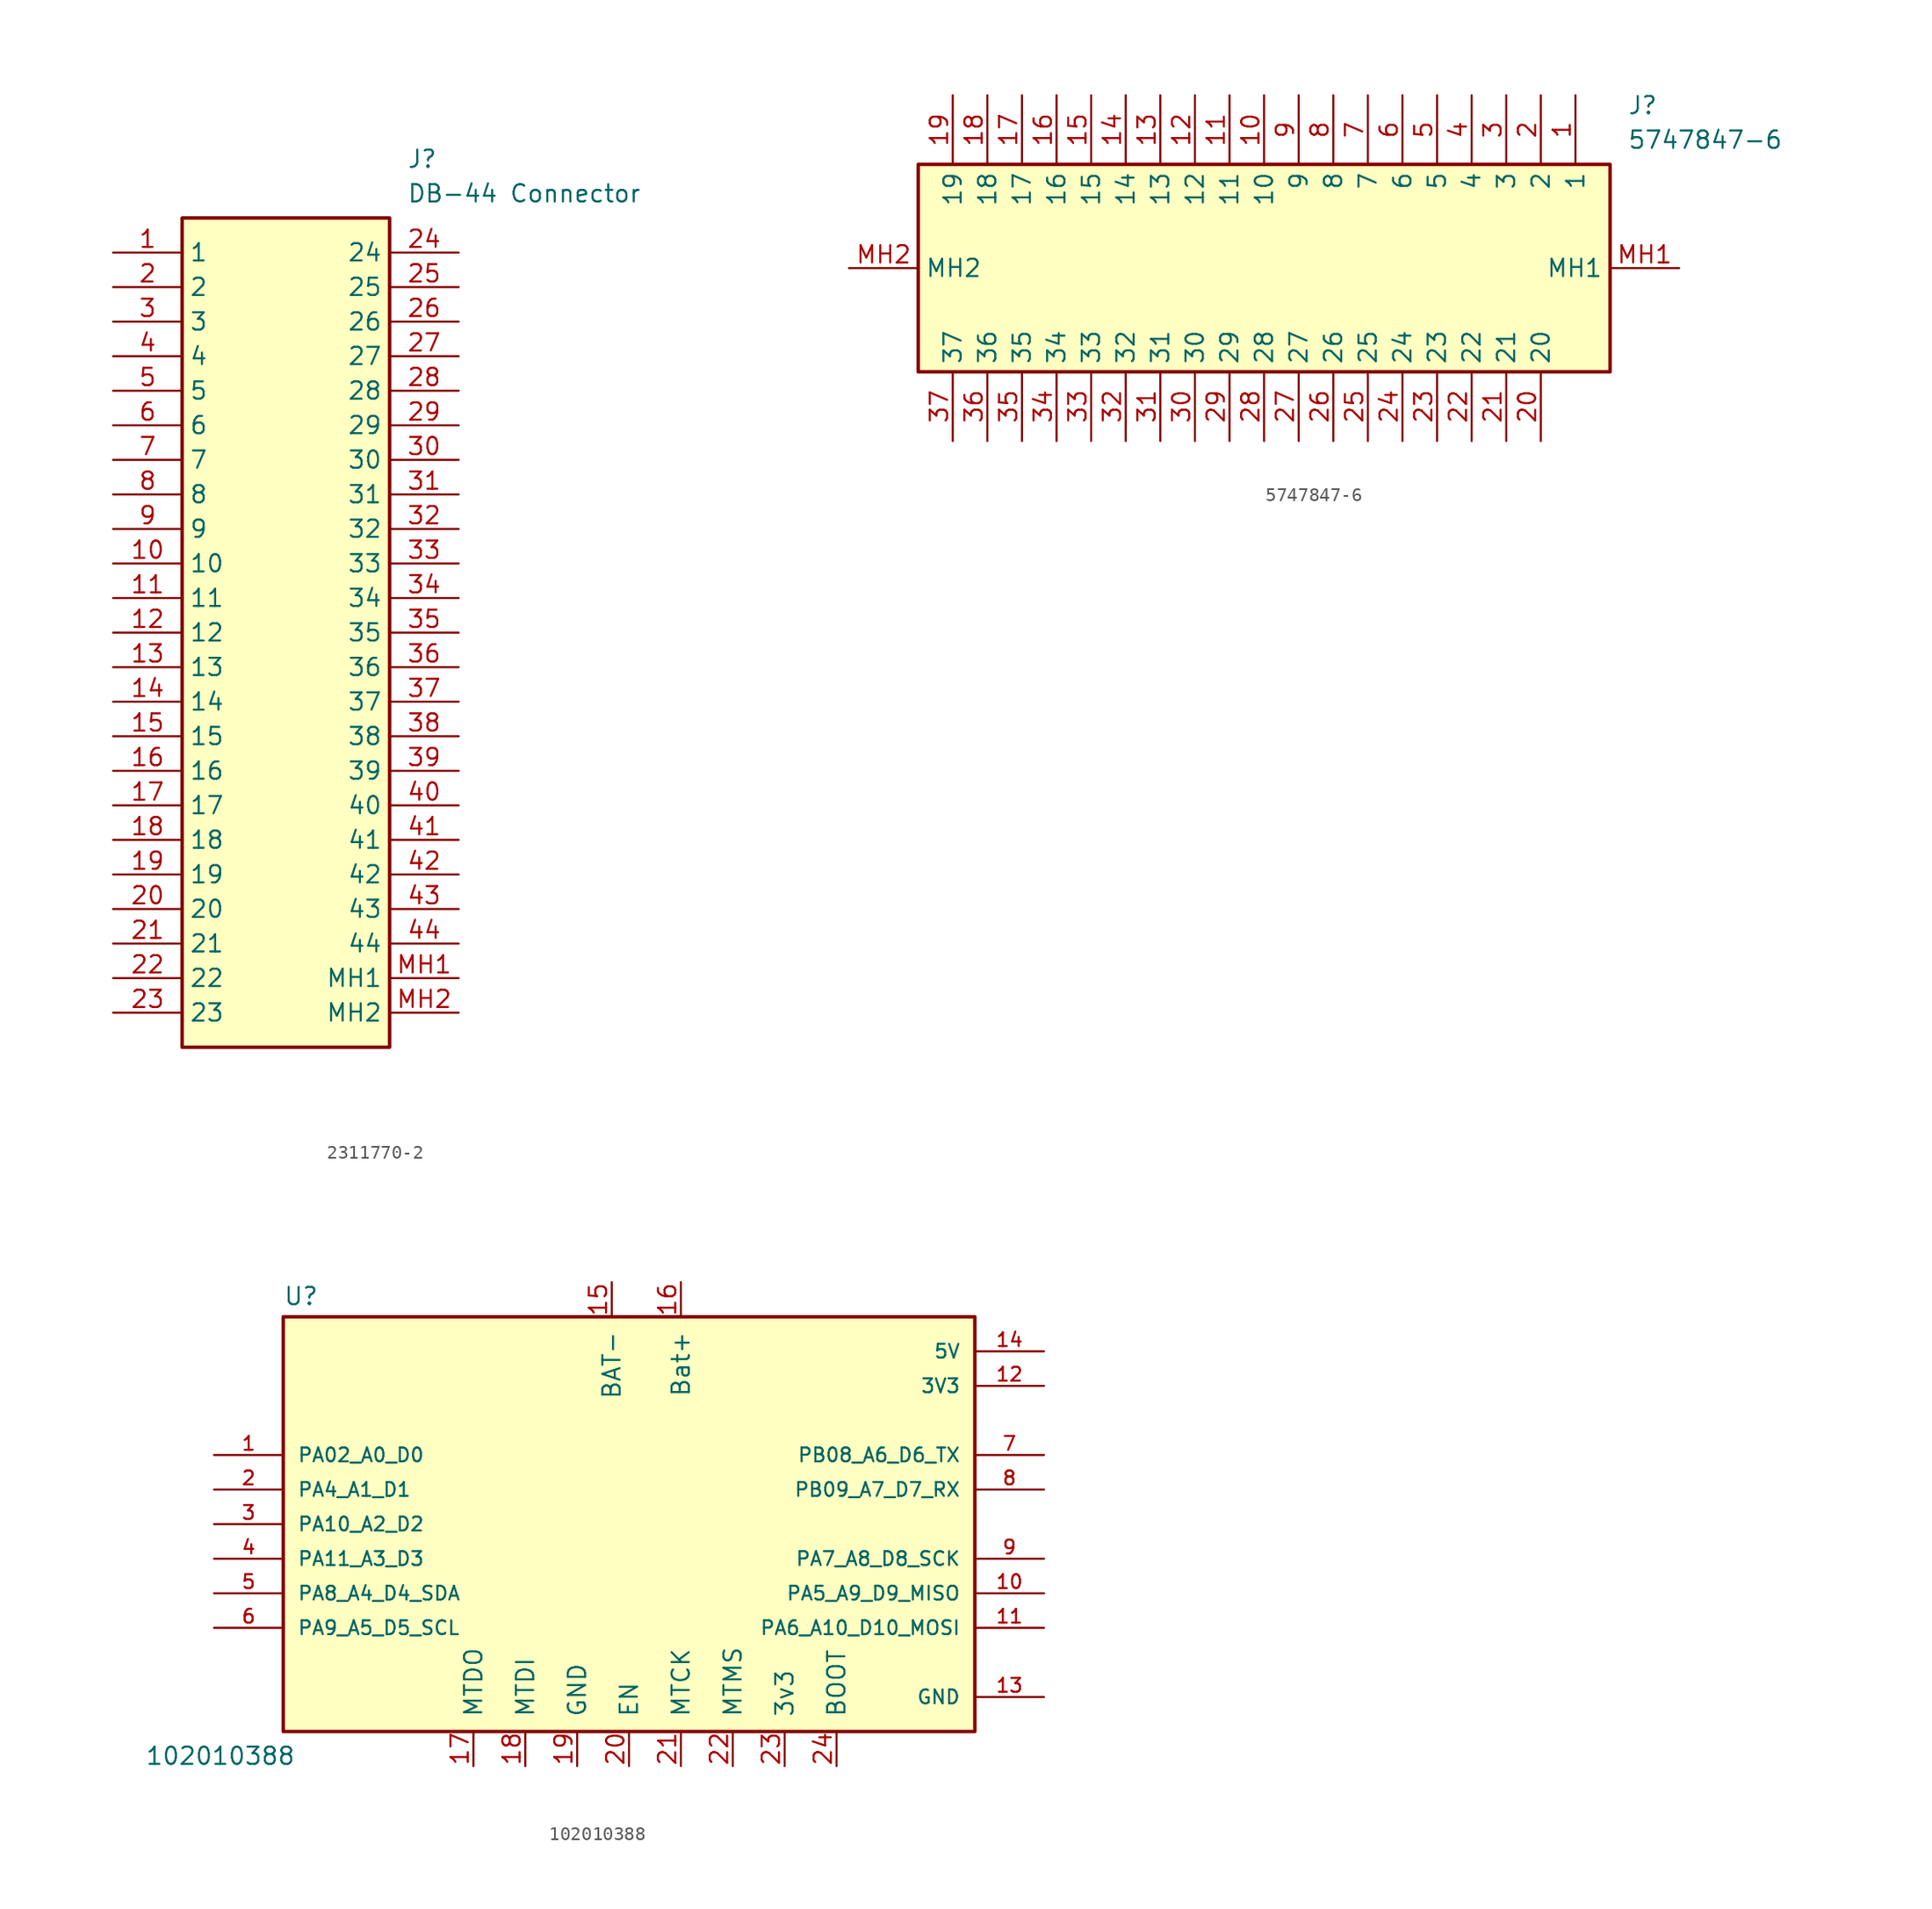
<source format=kicad_sym>
(kicad_symbol_lib
  (version 20231120)
  (generator "kicad_symbol_editor")
  (generator_version "8.0")
  (symbol "2311770-2"
    (property "Reference" "J"
      (at 21.59 7.62 0)
      (effects (font (size 1.27 1.27)) (justify left top)))
    (property "Value" "DB-44 Connector"
      (at 21.59 5.08 0)
      (effects (font (size 1.27 1.27)) (justify left top)))
    (symbol "2311770-2_1_1"
      (rectangle (start 5.08 2.54) (end 20.32 -58.42) (stroke (width 0.254) (type default)) (fill (type background)))
      (pin passive line (at 0 0 0) (length 5.08) (name "1" (effects (font (size 1.27 1.27)))) (number "1" (effects (font (size 1.27 1.27)))))
      (pin passive line (at 0 -22.86 0) (length 5.08) (name "10" (effects (font (size 1.27 1.27)))) (number "10" (effects (font (size 1.27 1.27)))))
      (pin passive line (at 0 -25.4 0) (length 5.08) (name "11" (effects (font (size 1.27 1.27)))) (number "11" (effects (font (size 1.27 1.27)))))
      (pin passive line (at 0 -27.94 0) (length 5.08) (name "12" (effects (font (size 1.27 1.27)))) (number "12" (effects (font (size 1.27 1.27)))))
      (pin passive line (at 0 -30.48 0) (length 5.08) (name "13" (effects (font (size 1.27 1.27)))) (number "13" (effects (font (size 1.27 1.27)))))
      (pin passive line (at 0 -33.02 0) (length 5.08) (name "14" (effects (font (size 1.27 1.27)))) (number "14" (effects (font (size 1.27 1.27)))))
      (pin passive line (at 0 -35.56 0) (length 5.08) (name "15" (effects (font (size 1.27 1.27)))) (number "15" (effects (font (size 1.27 1.27)))))
      (pin passive line (at 0 -38.1 0) (length 5.08) (name "16" (effects (font (size 1.27 1.27)))) (number "16" (effects (font (size 1.27 1.27)))))
      (pin passive line (at 0 -40.64 0) (length 5.08) (name "17" (effects (font (size 1.27 1.27)))) (number "17" (effects (font (size 1.27 1.27)))))
      (pin passive line (at 0 -43.18 0) (length 5.08) (name "18" (effects (font (size 1.27 1.27)))) (number "18" (effects (font (size 1.27 1.27)))))
      (pin passive line (at 0 -45.72 0) (length 5.08) (name "19" (effects (font (size 1.27 1.27)))) (number "19" (effects (font (size 1.27 1.27)))))
      (pin passive line (at 0 -2.54 0) (length 5.08) (name "2" (effects (font (size 1.27 1.27)))) (number "2" (effects (font (size 1.27 1.27)))))
      (pin passive line (at 0 -48.26 0) (length 5.08) (name "20" (effects (font (size 1.27 1.27)))) (number "20" (effects (font (size 1.27 1.27)))))
      (pin passive line (at 0 -50.8 0) (length 5.08) (name "21" (effects (font (size 1.27 1.27)))) (number "21" (effects (font (size 1.27 1.27)))))
      (pin passive line (at 0 -53.34 0) (length 5.08) (name "22" (effects (font (size 1.27 1.27)))) (number "22" (effects (font (size 1.27 1.27)))))
      (pin passive line (at 0 -55.88 0) (length 5.08) (name "23" (effects (font (size 1.27 1.27)))) (number "23" (effects (font (size 1.27 1.27)))))
      (pin passive line (at 25.4 0 180) (length 5.08) (name "24" (effects (font (size 1.27 1.27)))) (number "24" (effects (font (size 1.27 1.27)))))
      (pin passive line (at 25.4 -2.54 180) (length 5.08) (name "25" (effects (font (size 1.27 1.27)))) (number "25" (effects (font (size 1.27 1.27)))))
      (pin passive line (at 25.4 -5.08 180) (length 5.08) (name "26" (effects (font (size 1.27 1.27)))) (number "26" (effects (font (size 1.27 1.27)))))
      (pin passive line (at 25.4 -7.62 180) (length 5.08) (name "27" (effects (font (size 1.27 1.27)))) (number "27" (effects (font (size 1.27 1.27)))))
      (pin passive line (at 25.4 -10.16 180) (length 5.08) (name "28" (effects (font (size 1.27 1.27)))) (number "28" (effects (font (size 1.27 1.27)))))
      (pin passive line (at 25.4 -12.7 180) (length 5.08) (name "29" (effects (font (size 1.27 1.27)))) (number "29" (effects (font (size 1.27 1.27)))))
      (pin passive line (at 0 -5.08 0) (length 5.08) (name "3" (effects (font (size 1.27 1.27)))) (number "3" (effects (font (size 1.27 1.27)))))
      (pin passive line (at 25.4 -15.24 180) (length 5.08) (name "30" (effects (font (size 1.27 1.27)))) (number "30" (effects (font (size 1.27 1.27)))))
      (pin passive line (at 25.4 -17.78 180) (length 5.08) (name "31" (effects (font (size 1.27 1.27)))) (number "31" (effects (font (size 1.27 1.27)))))
      (pin passive line (at 25.4 -20.32 180) (length 5.08) (name "32" (effects (font (size 1.27 1.27)))) (number "32" (effects (font (size 1.27 1.27)))))
      (pin passive line (at 25.4 -22.86 180) (length 5.08) (name "33" (effects (font (size 1.27 1.27)))) (number "33" (effects (font (size 1.27 1.27)))))
      (pin passive line (at 25.4 -25.4 180) (length 5.08) (name "34" (effects (font (size 1.27 1.27)))) (number "34" (effects (font (size 1.27 1.27)))))
      (pin passive line (at 25.4 -27.94 180) (length 5.08) (name "35" (effects (font (size 1.27 1.27)))) (number "35" (effects (font (size 1.27 1.27)))))
      (pin passive line (at 25.4 -30.48 180) (length 5.08) (name "36" (effects (font (size 1.27 1.27)))) (number "36" (effects (font (size 1.27 1.27)))))
      (pin passive line (at 25.4 -33.02 180) (length 5.08) (name "37" (effects (font (size 1.27 1.27)))) (number "37" (effects (font (size 1.27 1.27)))))
      (pin passive line (at 25.4 -35.56 180) (length 5.08) (name "38" (effects (font (size 1.27 1.27)))) (number "38" (effects (font (size 1.27 1.27)))))
      (pin passive line (at 25.4 -38.1 180) (length 5.08) (name "39" (effects (font (size 1.27 1.27)))) (number "39" (effects (font (size 1.27 1.27)))))
      (pin passive line (at 0 -7.62 0) (length 5.08) (name "4" (effects (font (size 1.27 1.27)))) (number "4" (effects (font (size 1.27 1.27)))))
      (pin passive line (at 25.4 -40.64 180) (length 5.08) (name "40" (effects (font (size 1.27 1.27)))) (number "40" (effects (font (size 1.27 1.27)))))
      (pin passive line (at 25.4 -43.18 180) (length 5.08) (name "41" (effects (font (size 1.27 1.27)))) (number "41" (effects (font (size 1.27 1.27)))))
      (pin passive line (at 25.4 -45.72 180) (length 5.08) (name "42" (effects (font (size 1.27 1.27)))) (number "42" (effects (font (size 1.27 1.27)))))
      (pin passive line (at 25.4 -48.26 180) (length 5.08) (name "43" (effects (font (size 1.27 1.27)))) (number "43" (effects (font (size 1.27 1.27)))))
      (pin passive line (at 25.4 -50.8 180) (length 5.08) (name "44" (effects (font (size 1.27 1.27)))) (number "44" (effects (font (size 1.27 1.27)))))
      (pin passive line (at 0 -10.16 0) (length 5.08) (name "5" (effects (font (size 1.27 1.27)))) (number "5" (effects (font (size 1.27 1.27)))))
      (pin passive line (at 0 -12.7 0) (length 5.08) (name "6" (effects (font (size 1.27 1.27)))) (number "6" (effects (font (size 1.27 1.27)))))
      (pin passive line (at 0 -15.24 0) (length 5.08) (name "7" (effects (font (size 1.27 1.27)))) (number "7" (effects (font (size 1.27 1.27)))))
      (pin passive line (at 0 -17.78 0) (length 5.08) (name "8" (effects (font (size 1.27 1.27)))) (number "8" (effects (font (size 1.27 1.27)))))
      (pin passive line (at 0 -20.32 0) (length 5.08) (name "9" (effects (font (size 1.27 1.27)))) (number "9" (effects (font (size 1.27 1.27)))))
      (pin passive line (at 25.4 -53.34 180) (length 5.08) (name "MH1" (effects (font (size 1.27 1.27)))) (number "MH1" (effects (font (size 1.27 1.27)))))
      (pin passive line (at 25.4 -55.88 180) (length 5.08) (name "MH2" (effects (font (size 1.27 1.27)))) (number "MH2" (effects (font (size 1.27 1.27)))))))
  (symbol "5747847-6"
    (property "Reference" "J"
      (at 57.15 12.7 0)
      (effects (font (size 1.27 1.27)) (justify left top)))
    (property "Value" "5747847-6"
      (at 57.15 10.16 0)
      (effects (font (size 1.27 1.27)) (justify left top)))
    (symbol "5747847-6_1_1"
      (rectangle (start 5.08 7.62) (end 55.88 -7.62) (stroke (width 0.254) (type default)) (fill (type background)))
      (pin passive line (at 53.34 12.7 270) (length 5.08) (name "1" (effects (font (size 1.27 1.27)))) (number "1" (effects (font (size 1.27 1.27)))))
      (pin passive line (at 30.48 12.7 270) (length 5.08) (name "10" (effects (font (size 1.27 1.27)))) (number "10" (effects (font (size 1.27 1.27)))))
      (pin passive line (at 27.94 12.7 270) (length 5.08) (name "11" (effects (font (size 1.27 1.27)))) (number "11" (effects (font (size 1.27 1.27)))))
      (pin passive line (at 25.4 12.7 270) (length 5.08) (name "12" (effects (font (size 1.27 1.27)))) (number "12" (effects (font (size 1.27 1.27)))))
      (pin passive line (at 22.86 12.7 270) (length 5.08) (name "13" (effects (font (size 1.27 1.27)))) (number "13" (effects (font (size 1.27 1.27)))))
      (pin passive line (at 20.32 12.7 270) (length 5.08) (name "14" (effects (font (size 1.27 1.27)))) (number "14" (effects (font (size 1.27 1.27)))))
      (pin passive line (at 17.78 12.7 270) (length 5.08) (name "15" (effects (font (size 1.27 1.27)))) (number "15" (effects (font (size 1.27 1.27)))))
      (pin passive line (at 15.24 12.7 270) (length 5.08) (name "16" (effects (font (size 1.27 1.27)))) (number "16" (effects (font (size 1.27 1.27)))))
      (pin passive line (at 12.7 12.7 270) (length 5.08) (name "17" (effects (font (size 1.27 1.27)))) (number "17" (effects (font (size 1.27 1.27)))))
      (pin passive line (at 10.16 12.7 270) (length 5.08) (name "18" (effects (font (size 1.27 1.27)))) (number "18" (effects (font (size 1.27 1.27)))))
      (pin passive line (at 7.62 12.7 270) (length 5.08) (name "19" (effects (font (size 1.27 1.27)))) (number "19" (effects (font (size 1.27 1.27)))))
      (pin passive line (at 50.8 12.7 270) (length 5.08) (name "2" (effects (font (size 1.27 1.27)))) (number "2" (effects (font (size 1.27 1.27)))))
      (pin passive line (at 50.8 -12.7 90) (length 5.08) (name "20" (effects (font (size 1.27 1.27)))) (number "20" (effects (font (size 1.27 1.27)))))
      (pin passive line (at 48.26 -12.7 90) (length 5.08) (name "21" (effects (font (size 1.27 1.27)))) (number "21" (effects (font (size 1.27 1.27)))))
      (pin passive line (at 45.72 -12.7 90) (length 5.08) (name "22" (effects (font (size 1.27 1.27)))) (number "22" (effects (font (size 1.27 1.27)))))
      (pin passive line (at 43.18 -12.7 90) (length 5.08) (name "23" (effects (font (size 1.27 1.27)))) (number "23" (effects (font (size 1.27 1.27)))))
      (pin passive line (at 40.64 -12.7 90) (length 5.08) (name "24" (effects (font (size 1.27 1.27)))) (number "24" (effects (font (size 1.27 1.27)))))
      (pin passive line (at 38.1 -12.7 90) (length 5.08) (name "25" (effects (font (size 1.27 1.27)))) (number "25" (effects (font (size 1.27 1.27)))))
      (pin passive line (at 35.56 -12.7 90) (length 5.08) (name "26" (effects (font (size 1.27 1.27)))) (number "26" (effects (font (size 1.27 1.27)))))
      (pin passive line (at 33.02 -12.7 90) (length 5.08) (name "27" (effects (font (size 1.27 1.27)))) (number "27" (effects (font (size 1.27 1.27)))))
      (pin passive line (at 30.48 -12.7 90) (length 5.08) (name "28" (effects (font (size 1.27 1.27)))) (number "28" (effects (font (size 1.27 1.27)))))
      (pin passive line (at 27.94 -12.7 90) (length 5.08) (name "29" (effects (font (size 1.27 1.27)))) (number "29" (effects (font (size 1.27 1.27)))))
      (pin passive line (at 48.26 12.7 270) (length 5.08) (name "3" (effects (font (size 1.27 1.27)))) (number "3" (effects (font (size 1.27 1.27)))))
      (pin passive line (at 25.4 -12.7 90) (length 5.08) (name "30" (effects (font (size 1.27 1.27)))) (number "30" (effects (font (size 1.27 1.27)))))
      (pin passive line (at 22.86 -12.7 90) (length 5.08) (name "31" (effects (font (size 1.27 1.27)))) (number "31" (effects (font (size 1.27 1.27)))))
      (pin passive line (at 20.32 -12.7 90) (length 5.08) (name "32" (effects (font (size 1.27 1.27)))) (number "32" (effects (font (size 1.27 1.27)))))
      (pin passive line (at 17.78 -12.7 90) (length 5.08) (name "33" (effects (font (size 1.27 1.27)))) (number "33" (effects (font (size 1.27 1.27)))))
      (pin passive line (at 15.24 -12.7 90) (length 5.08) (name "34" (effects (font (size 1.27 1.27)))) (number "34" (effects (font (size 1.27 1.27)))))
      (pin passive line (at 12.7 -12.7 90) (length 5.08) (name "35" (effects (font (size 1.27 1.27)))) (number "35" (effects (font (size 1.27 1.27)))))
      (pin passive line (at 10.16 -12.7 90) (length 5.08) (name "36" (effects (font (size 1.27 1.27)))) (number "36" (effects (font (size 1.27 1.27)))))
      (pin passive line (at 7.62 -12.7 90) (length 5.08) (name "37" (effects (font (size 1.27 1.27)))) (number "37" (effects (font (size 1.27 1.27)))))
      (pin passive line (at 45.72 12.7 270) (length 5.08) (name "4" (effects (font (size 1.27 1.27)))) (number "4" (effects (font (size 1.27 1.27)))))
      (pin passive line (at 43.18 12.7 270) (length 5.08) (name "5" (effects (font (size 1.27 1.27)))) (number "5" (effects (font (size 1.27 1.27)))))
      (pin passive line (at 40.64 12.7 270) (length 5.08) (name "6" (effects (font (size 1.27 1.27)))) (number "6" (effects (font (size 1.27 1.27)))))
      (pin passive line (at 38.1 12.7 270) (length 5.08) (name "7" (effects (font (size 1.27 1.27)))) (number "7" (effects (font (size 1.27 1.27)))))
      (pin passive line (at 35.56 12.7 270) (length 5.08) (name "8" (effects (font (size 1.27 1.27)))) (number "8" (effects (font (size 1.27 1.27)))))
      (pin passive line (at 33.02 12.7 270) (length 5.08) (name "9" (effects (font (size 1.27 1.27)))) (number "9" (effects (font (size 1.27 1.27)))))
      (pin passive line (at 60.96 0 180) (length 5.08) (name "MH1" (effects (font (size 1.27 1.27)))) (number "MH1" (effects (font (size 1.27 1.27)))))
      (pin passive line (at 0 0 0) (length 5.08) (name "MH2" (effects (font (size 1.27 1.27)))) (number "MH2" (effects (font (size 1.27 1.27)))))))
  (symbol "102010388"
    (pin_names
      (offset 1.016))
    (property "Reference" "U"
      (at -25.4 16.002 0)
      (effects (font (size 1.27 1.27)) (justify left bottom)))
    (property "Value" "102010388"
      (at -35.56 -17.78 0)
      (effects (font (size 1.27 1.27)) (justify left bottom)))
    (symbol "102010388_0_0"
      (rectangle (start -25.4 15.24) (end 25.4 -15.24) (stroke (width 0.254) (type default)) (fill (type background)))
      (pin bidirectional line (at -30.48 5.08 0) (length 5.08) (name "PA02_A0_D0" (effects (font (size 1.016 1.016)))) (number "1" (effects (font (size 1.016 1.016)))))
      (pin bidirectional line (at 30.48 -5.08 180) (length 5.08) (name "PA5_A9_D9_MISO" (effects (font (size 1.016 1.016)))) (number "10" (effects (font (size 1.016 1.016)))))
      (pin bidirectional line (at 30.48 -7.62 180) (length 5.08) (name "PA6_A10_D10_MOSI" (effects (font (size 1.016 1.016)))) (number "11" (effects (font (size 1.016 1.016)))))
      (pin power_in line (at 30.48 10.16 180) (length 5.08) (name "3V3" (effects (font (size 1.016 1.016)))) (number "12" (effects (font (size 1.016 1.016)))))
      (pin power_in line (at 30.48 -12.7 180) (length 5.08) (name "GND" (effects (font (size 1.016 1.016)))) (number "13" (effects (font (size 1.016 1.016)))))
      (pin power_in line (at 30.48 12.7 180) (length 5.08) (name "5V" (effects (font (size 1.016 1.016)))) (number "14" (effects (font (size 1.016 1.016)))))
      (pin bidirectional line (at -30.48 2.54 0) (length 5.08) (name "PA4_A1_D1" (effects (font (size 1.016 1.016)))) (number "2" (effects (font (size 1.016 1.016)))))
      (pin bidirectional line (at -30.48 0 0) (length 5.08) (name "PA10_A2_D2" (effects (font (size 1.016 1.016)))) (number "3" (effects (font (size 1.016 1.016)))))
      (pin bidirectional line (at -30.48 -2.54 0) (length 5.08) (name "PA11_A3_D3" (effects (font (size 1.016 1.016)))) (number "4" (effects (font (size 1.016 1.016)))))
      (pin bidirectional line (at -30.48 -5.08 0) (length 5.08) (name "PA8_A4_D4_SDA" (effects (font (size 1.016 1.016)))) (number "5" (effects (font (size 1.016 1.016)))))
      (pin bidirectional line (at -30.48 -7.62 0) (length 5.08) (name "PA9_A5_D5_SCL" (effects (font (size 1.016 1.016)))) (number "6" (effects (font (size 1.016 1.016)))))
      (pin bidirectional line (at 30.48 5.08 180) (length 5.08) (name "PB08_A6_D6_TX" (effects (font (size 1.016 1.016)))) (number "7" (effects (font (size 1.016 1.016)))))
      (pin bidirectional line (at 30.48 2.54 180) (length 5.08) (name "PB09_A7_D7_RX" (effects (font (size 1.016 1.016)))) (number "8" (effects (font (size 1.016 1.016)))))
      (pin bidirectional line (at 30.48 -2.54 180) (length 5.08) (name "PA7_A8_D8_SCK" (effects (font (size 1.016 1.016)))) (number "9" (effects (font (size 1.016 1.016))))))
    (symbol "102010388_1_1"
      (pin bidirectional line (at -1.27 17.78 270) (length 2.54) (name "BAT-" (effects (font (size 1.27 1.27)))) (number "15" (effects (font (size 1.27 1.27)))))
      (pin bidirectional line (at 3.81 17.78 270) (length 2.54) (name "Bat+" (effects (font (size 1.27 1.27)))) (number "16" (effects (font (size 1.27 1.27)))))
      (pin bidirectional line (at -11.43 -17.78 90) (length 2.54) (name "MTDO" (effects (font (size 1.27 1.27)))) (number "17" (effects (font (size 1.27 1.27)))))
      (pin bidirectional line (at -7.62 -17.78 90) (length 2.54) (name "MTDI" (effects (font (size 1.27 1.27)))) (number "18" (effects (font (size 1.27 1.27)))))
      (pin bidirectional line (at -3.81 -17.78 90) (length 2.54) (name "GND" (effects (font (size 1.27 1.27)))) (number "19" (effects (font (size 1.27 1.27)))))
      (pin bidirectional line (at 0 -17.78 90) (length 2.54) (name "EN" (effects (font (size 1.27 1.27)))) (number "20" (effects (font (size 1.27 1.27)))))
      (pin bidirectional line (at 3.81 -17.78 90) (length 2.54) (name "MTCK" (effects (font (size 1.27 1.27)))) (number "21" (effects (font (size 1.27 1.27)))))
      (pin bidirectional line (at 7.62 -17.78 90) (length 2.54) (name "MTMS" (effects (font (size 1.27 1.27)))) (number "22" (effects (font (size 1.27 1.27)))))
      (pin bidirectional line (at 11.43 -17.78 90) (length 2.54) (name "3v3" (effects (font (size 1.27 1.27)))) (number "23" (effects (font (size 1.27 1.27)))))
      (pin bidirectional line (at 15.24 -17.78 90) (length 2.54) (name "BOOT" (effects (font (size 1.27 1.27)))) (number "24" (effects (font (size 1.27 1.27))))))))
</source>
